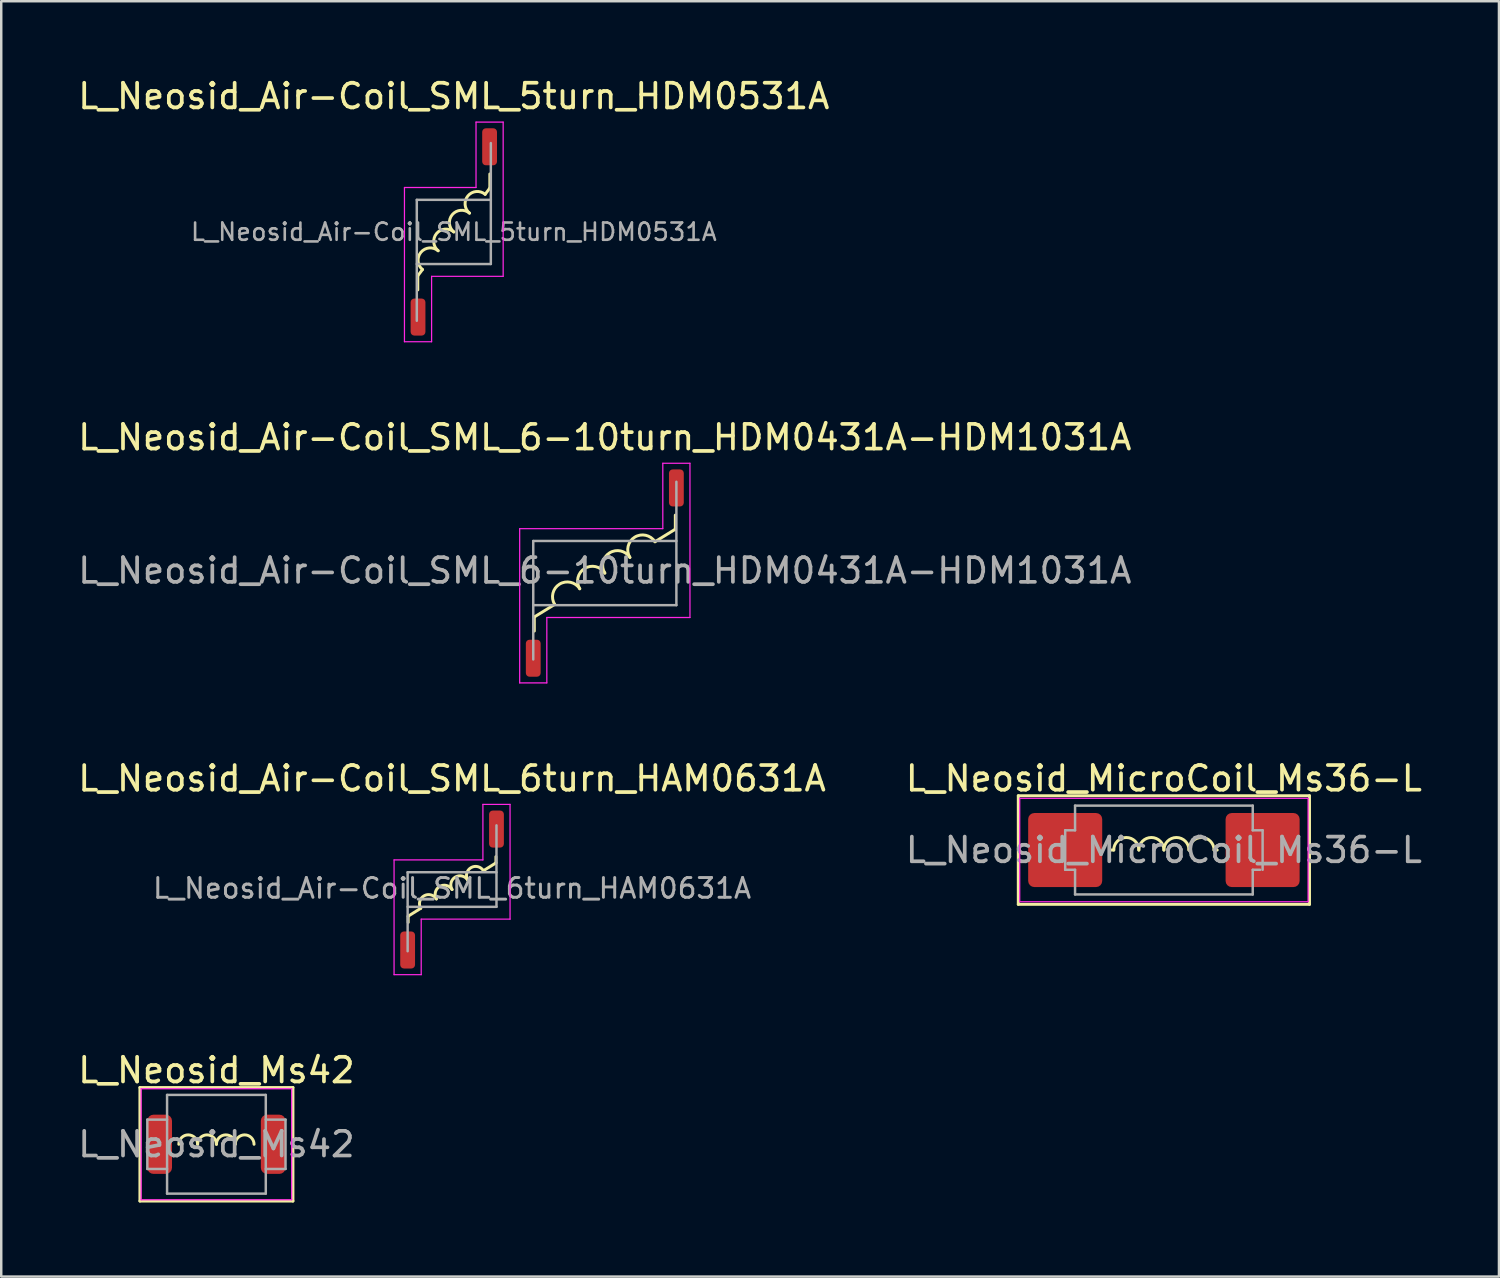
<source format=kicad_pcb>
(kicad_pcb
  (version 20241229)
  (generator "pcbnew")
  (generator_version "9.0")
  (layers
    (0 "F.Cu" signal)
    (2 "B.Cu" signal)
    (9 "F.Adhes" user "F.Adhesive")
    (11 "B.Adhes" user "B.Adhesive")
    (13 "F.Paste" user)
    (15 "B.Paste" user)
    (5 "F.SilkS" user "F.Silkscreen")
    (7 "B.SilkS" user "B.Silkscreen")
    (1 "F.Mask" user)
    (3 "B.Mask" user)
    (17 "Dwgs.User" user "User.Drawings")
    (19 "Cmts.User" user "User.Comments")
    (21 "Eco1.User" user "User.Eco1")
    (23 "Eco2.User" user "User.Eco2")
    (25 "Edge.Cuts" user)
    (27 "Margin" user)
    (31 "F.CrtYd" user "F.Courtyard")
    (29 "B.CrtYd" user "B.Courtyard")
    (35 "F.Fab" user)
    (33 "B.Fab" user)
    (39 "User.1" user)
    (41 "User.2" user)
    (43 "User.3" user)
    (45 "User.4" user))
  (footprint "L_Neosid_Ms42"
    (layer "F.Cu")
    (at 5.72 43.318)
    (property "Reference" "L_Neosid_Ms42" (at 0 -3 0) (layer "F.SilkS") (effects (font (size 1 1) (thickness 0.15))))
    (attr smd)
    (fp_line (start -3.1 -2.3) (end -3.1 2.3) (stroke (width 0.12) (type solid)) (layer "F.SilkS"))
    (fp_line (start -3.1 2.3) (end 3.1 2.3) (stroke (width 0.12) (type solid)) (layer "F.SilkS"))
    (fp_line (start 3.1 -2.3) (end -3.1 -2.3) (stroke (width 0.12) (type solid)) (layer "F.SilkS"))
    (fp_line (start 3.1 2.3) (end 3.1 -2.3) (stroke (width 0.12) (type solid)) (layer "F.SilkS"))
    (fp_arc (start -1.524 0) (mid -1.143 -0.381) (end -0.762 0) (stroke (width 0.12) (type solid)) (layer "F.SilkS"))
    (fp_arc (start -0.762 0) (mid -0.381 -0.381) (end 0 0) (stroke (width 0.12) (type solid)) (layer "F.SilkS"))
    (fp_arc (start 0 0) (mid 0.381 -0.381) (end 0.762 0) (stroke (width 0.12) (type solid)) (layer "F.SilkS"))
    (fp_arc (start 0.762 0) (mid 1.143 -0.381) (end 1.524 0) (stroke (width 0.12) (type solid)) (layer "F.SilkS"))
    (fp_line (start -3.05 -2.25) (end -3.05 2.25) (stroke (width 0.05) (type solid)) (layer "F.CrtYd"))
    (fp_line (start -3.05 -2.25) (end 3.05 -2.25) (stroke (width 0.05) (type solid)) (layer "F.CrtYd"))
    (fp_line (start 3.05 2.25) (end -3.05 2.25) (stroke (width 0.05) (type solid)) (layer "F.CrtYd"))
    (fp_line (start 3.05 2.25) (end 3.05 -2.25) (stroke (width 0.05) (type solid)) (layer "F.CrtYd"))
    (fp_line (start -2.8 -1) (end -2 -1) (stroke (width 0.1) (type solid)) (layer "F.Fab"))
    (fp_line (start -2.8 1) (end -2.8 -1) (stroke (width 0.1) (type solid)) (layer "F.Fab"))
    (fp_line (start -2 -2) (end 2 -2) (stroke (width 0.1) (type solid)) (layer "F.Fab"))
    (fp_line (start -2 1) (end -2.8 1) (stroke (width 0.1) (type solid)) (layer "F.Fab"))
    (fp_line (start -2 2) (end -2 -2) (stroke (width 0.1) (type solid)) (layer "F.Fab"))
    (fp_line (start 2 -2) (end 2 2) (stroke (width 0.1) (type solid)) (layer "F.Fab"))
    (fp_line (start 2 -1) (end 2.8 -1) (stroke (width 0.1) (type solid)) (layer "F.Fab"))
    (fp_line (start 2 2) (end -2 2) (stroke (width 0.1) (type solid)) (layer "F.Fab"))
    (fp_line (start 2.8 -1) (end 2.8 1) (stroke (width 0.1) (type solid)) (layer "F.Fab"))
    (fp_line (start 2.8 1) (end 2 1) (stroke (width 0.1) (type solid)) (layer "F.Fab"))
    (fp_text user "${REFERENCE}" (at 0 0 0) (layer "F.Fab") (effects (font (size 1 1) (thickness 0.15))))
    (pad "1" smd roundrect (at -2.3 0) (size 1 2.4) (layers "F.Cu" "F.Mask" "F.Paste") (roundrect_rratio 0.25))
    (pad "2" smd roundrect (at 2.3 0) (size 1 2.4) (layers "F.Cu" "F.Mask" "F.Paste") (roundrect_rratio 0.25)))
  (footprint "L_Neosid_MicroCoil_Ms36-L"
    (layer "F.Cu")
    (at 44.113 31.395)
    (property "Reference" "L_Neosid_MicroCoil_Ms36-L" (at 0 -2.9 0) (layer "F.SilkS") (effects (font (size 1 1) (thickness 0.15))))
    (attr smd)
    (fp_line (start -5.9 -2.2) (end -5.9 2.2) (stroke (width 0.12) (type solid)) (layer "F.SilkS"))
    (fp_line (start -5.9 2.2) (end 5.9 2.2) (stroke (width 0.12) (type solid)) (layer "F.SilkS"))
    (fp_line (start -2.032 0) (end -2.159 0) (stroke (width 0.12) (type solid)) (layer "F.SilkS"))
    (fp_line (start 2.032 0) (end 2.159 0) (stroke (width 0.12) (type solid)) (layer "F.SilkS"))
    (fp_line (start 5.9 -2.2) (end -5.9 -2.2) (stroke (width 0.12) (type solid)) (layer "F.SilkS"))
    (fp_line (start 5.9 2.2) (end 5.9 -2.2) (stroke (width 0.12) (type solid)) (layer "F.SilkS"))
    (fp_arc (start -2.032 0) (mid -1.524 -0.508) (end -1.016 0) (stroke (width 0.12) (type solid)) (layer "F.SilkS"))
    (fp_arc (start -1.016 0) (mid -0.508 -0.508) (end 0 0) (stroke (width 0.12) (type solid)) (layer "F.SilkS"))
    (fp_arc (start 0 0) (mid 0.508 -0.508) (end 1.016 0) (stroke (width 0.12) (type solid)) (layer "F.SilkS"))
    (fp_arc (start 1.016 0) (mid 1.524 -0.508) (end 2.032 0) (stroke (width 0.12) (type solid)) (layer "F.SilkS"))
    (fp_line (start -5.842 -2.095) (end -5.842 2.095) (stroke (width 0.05) (type solid)) (layer "F.CrtYd"))
    (fp_line (start -5.842 -2.095) (end 5.842 -2.095) (stroke (width 0.05) (type solid)) (layer "F.CrtYd"))
    (fp_line (start 5.842 2.095) (end -5.842 2.095) (stroke (width 0.05) (type solid)) (layer "F.CrtYd"))
    (fp_line (start 5.842 2.095) (end 5.842 -2.095) (stroke (width 0.05) (type solid)) (layer "F.CrtYd"))
    (fp_line (start -4 -0.8) (end -3.6 -0.8) (stroke (width 0.1) (type solid)) (layer "F.Fab"))
    (fp_line (start -4 0.8) (end -4 -0.8) (stroke (width 0.1) (type solid)) (layer "F.Fab"))
    (fp_line (start -4 0.8) (end -3.6 0.8) (stroke (width 0.1) (type solid)) (layer "F.Fab"))
    (fp_line (start -3.6 -1.8) (end 3.6 -1.8) (stroke (width 0.1) (type solid)) (layer "F.Fab"))
    (fp_line (start -3.6 -0.8) (end -3.6 -1.8) (stroke (width 0.1) (type solid)) (layer "F.Fab"))
    (fp_line (start -3.6 1.8) (end -3.6 0.8) (stroke (width 0.1) (type solid)) (layer "F.Fab"))
    (fp_line (start 3.6 -0.8) (end 3.6 -1.8) (stroke (width 0.1) (type solid)) (layer "F.Fab"))
    (fp_line (start 3.6 0.8) (end 3.9 0.8) (stroke (width 0.1) (type solid)) (layer "F.Fab"))
    (fp_line (start 3.6 1.8) (end -3.6 1.8) (stroke (width 0.1) (type solid)) (layer "F.Fab"))
    (fp_line (start 3.6 1.8) (end 3.6 0.8) (stroke (width 0.1) (type solid)) (layer "F.Fab"))
    (fp_line (start 4 -0.8) (end 3.6 -0.8) (stroke (width 0.1) (type solid)) (layer "F.Fab"))
    (fp_line (start 4 -0.8) (end 4 0.8) (stroke (width 0.1) (type solid)) (layer "F.Fab"))
    (fp_text user "${REFERENCE}" (at 0 0 0) (layer "F.Fab") (effects (font (size 1 1) (thickness 0.15))))
    (pad "1" smd roundrect (at -4 0) (size 3 3) (layers "F.Cu" "F.Mask" "F.Paste") (roundrect_rratio 0.083))
    (pad "2" smd roundrect (at 4 0) (size 3 3) (layers "F.Cu" "F.Mask" "F.Paste") (roundrect_rratio 0.083)))
  (footprint "L_Neosid_Air-Coil_SML_5turn_HDM0531A"
    (layer "F.Cu")
    (at 15.339 6.348)
    (property "Reference" "L_Neosid_Air-Coil_SML_5turn_HDM0531A" (at 0 -5.5 0) (layer "F.SilkS") (effects (font (size 1 1) (thickness 0.15))))
    (attr smd)
    (fp_line (start -1.46 1.778) (end -1.46 2.349) (stroke (width 0.12) (type solid)) (layer "F.SilkS"))
    (fp_line (start -1.27 1.524) (end -1.46 1.778) (stroke (width 0.12) (type solid)) (layer "F.SilkS"))
    (fp_line (start 1.46 -1.778) (end 1.27 -1.524) (stroke (width 0.12) (type solid)) (layer "F.SilkS"))
    (fp_line (start 1.46 -1.778) (end 1.46 -2.349) (stroke (width 0.12) (type solid)) (layer "F.SilkS"))
    (fp_arc (start -1.269998 1.523998) (mid -1.333498 0.8255) (end -0.635 0.762) (stroke (width 0.12) (type solid)) (layer "F.SilkS"))
    (fp_arc (start -0.634998 0.761998) (mid -0.698498 0.0635) (end 0 0) (stroke (width 0.12) (type solid)) (layer "F.SilkS"))
    (fp_arc (start 0.000002 -0.000002) (mid -0.063498 -0.6985) (end 0.635 -0.762) (stroke (width 0.12) (type solid)) (layer "F.SilkS"))
    (fp_arc (start 0.635002 -0.762002) (mid 0.571502 -1.4605) (end 1.27 -1.524) (stroke (width 0.12) (type solid)) (layer "F.SilkS"))
    (fp_line (start -2 -1.8) (end -2 4.45) (stroke (width 0.05) (type solid)) (layer "F.CrtYd"))
    (fp_line (start -2 4.45) (end -0.9 4.45) (stroke (width 0.05) (type solid)) (layer "F.CrtYd"))
    (fp_line (start -0.9 1.8) (end 2 1.8) (stroke (width 0.05) (type solid)) (layer "F.CrtYd"))
    (fp_line (start -0.9 4.45) (end -0.9 1.8) (stroke (width 0.05) (type solid)) (layer "F.CrtYd"))
    (fp_line (start 0.9 -4.45) (end 0.9 -1.8) (stroke (width 0.05) (type solid)) (layer "F.CrtYd"))
    (fp_line (start 0.9 -1.8) (end -2 -1.8) (stroke (width 0.05) (type solid)) (layer "F.CrtYd"))
    (fp_line (start 2 -4.45) (end 0.9 -4.45) (stroke (width 0.05) (type solid)) (layer "F.CrtYd"))
    (fp_line (start 2 1.8) (end 2 -4.45) (stroke (width 0.05) (type solid)) (layer "F.CrtYd"))
    (fp_line (start -1.5 -1.3) (end 1.5 -1.3) (stroke (width 0.1) (type solid)) (layer "F.Fab"))
    (fp_line (start -1.5 3.6) (end -1.5 -1.3) (stroke (width 0.1) (type solid)) (layer "F.Fab"))
    (fp_line (start 1.5 1.3) (end -1.5 1.3) (stroke (width 0.1) (type solid)) (layer "F.Fab"))
    (fp_line (start 1.5 1.3) (end 1.5 -3.6) (stroke (width 0.1) (type solid)) (layer "F.Fab"))
    (fp_text user "${REFERENCE}" (at 0 0 0) (layer "F.Fab") (effects (font (size 0.7 0.7) (thickness 0.105))))
    (pad "1" smd roundrect (at -1.45 3.45) (size 0.6 1.5) (layers "F.Cu" "F.Mask" "F.Paste") (roundrect_rratio 0.25))
    (pad "2" smd roundrect (at 1.45 -3.45) (size 0.6 1.5) (layers "F.Cu" "F.Mask" "F.Paste") (roundrect_rratio 0.25)))
  (footprint "L_Neosid_Air-Coil_SML_6-10turn_HDM0431A-HDM1031A"
    (layer "F.Cu")
    (at 21.458 20.172)
    (property "Reference" "L_Neosid_Air-Coil_SML_6-10turn_HDM0431A-HDM1031A" (at 0 -5.5 0) (layer "F.SilkS") (effects (font (size 1 1) (thickness 0.15))))
    (attr smd)
    (fp_line (start -2.857 1.778) (end -2.857 2.349) (stroke (width 0.12) (type solid)) (layer "F.SilkS"))
    (fp_line (start -2.857 1.778) (end -2.032 1.27) (stroke (width 0.12) (type solid)) (layer "F.SilkS"))
    (fp_line (start 2.857 -1.778) (end 2.032 -1.27) (stroke (width 0.12) (type solid)) (layer "F.SilkS"))
    (fp_line (start 2.857 -1.778) (end 2.857 -2.349) (stroke (width 0.12) (type solid)) (layer "F.SilkS"))
    (fp_arc (start -2.031998 1.269998) (mid -1.841498 0.4445) (end -1.016 0.635) (stroke (width 0.12) (type solid)) (layer "F.SilkS"))
    (fp_arc (start -1.015998 0.634998) (mid -0.825498 -0.1905) (end 0 0) (stroke (width 0.12) (type solid)) (layer "F.SilkS"))
    (fp_arc (start 0.000002 -0.000002) (mid 0.190502 -0.8255) (end 1.016 -0.635) (stroke (width 0.12) (type solid)) (layer "F.SilkS"))
    (fp_arc (start 1.016002 -0.635002) (mid 1.206502 -1.4605) (end 2.032 -1.27) (stroke (width 0.12) (type solid)) (layer "F.SilkS"))
    (fp_line (start -3.45 -1.8) (end -3.45 4.45) (stroke (width 0.05) (type solid)) (layer "F.CrtYd"))
    (fp_line (start -3.45 4.45) (end -2.35 4.45) (stroke (width 0.05) (type solid)) (layer "F.CrtYd"))
    (fp_line (start -2.35 1.8) (end 3.45 1.8) (stroke (width 0.05) (type solid)) (layer "F.CrtYd"))
    (fp_line (start -2.35 4.45) (end -2.35 1.8) (stroke (width 0.05) (type solid)) (layer "F.CrtYd"))
    (fp_line (start 2.35 -4.45) (end 2.35 -1.8) (stroke (width 0.05) (type solid)) (layer "F.CrtYd"))
    (fp_line (start 2.35 -1.8) (end -3.45 -1.8) (stroke (width 0.05) (type solid)) (layer "F.CrtYd"))
    (fp_line (start 3.45 -4.45) (end 2.35 -4.45) (stroke (width 0.05) (type solid)) (layer "F.CrtYd"))
    (fp_line (start 3.45 1.8) (end 3.45 -4.45) (stroke (width 0.05) (type solid)) (layer "F.CrtYd"))
    (fp_line (start -2.9 -1.3) (end 2.9 -1.3) (stroke (width 0.1) (type solid)) (layer "F.Fab"))
    (fp_line (start -2.9 3.5) (end -2.9 -1.3) (stroke (width 0.1) (type solid)) (layer "F.Fab"))
    (fp_line (start 2.9 1.3) (end -2.9 1.3) (stroke (width 0.1) (type solid)) (layer "F.Fab"))
    (fp_line (start 2.9 1.3) (end 2.9 -3.7) (stroke (width 0.1) (type solid)) (layer "F.Fab"))
    (fp_text user "${REFERENCE}" (at 0 -0.1 0) (layer "F.Fab") (effects (font (size 1 1) (thickness 0.15))))
    (pad "1" smd roundrect (at -2.9 3.45) (size 0.6 1.5) (layers "F.Cu" "F.Mask" "F.Paste") (roundrect_rratio 0.25))
    (pad "2" smd roundrect (at 2.9 -3.45) (size 0.6 1.5) (layers "F.Cu" "F.Mask" "F.Paste") (roundrect_rratio 0.25)))
  (footprint "L_Neosid_Air-Coil_SML_6turn_HAM0631A"
    (layer "F.Cu")
    (at 15.268 32.995)
    (property "Reference" "L_Neosid_Air-Coil_SML_6turn_HAM0631A" (at 0 -4.5 0) (layer "F.SilkS") (effects (font (size 1 1) (thickness 0.15))))
    (attr smd)
    (fp_line (start -1.778 1.079) (end -1.778 1.333) (stroke (width 0.12) (type solid)) (layer "F.SilkS"))
    (fp_line (start -1.778 1.079) (end -1.27 0.762) (stroke (width 0.12) (type solid)) (layer "F.SilkS"))
    (fp_line (start 1.778 -1.079) (end 1.27 -0.762) (stroke (width 0.12) (type solid)) (layer "F.SilkS"))
    (fp_line (start 1.778 -1.079) (end 1.778 -1.333) (stroke (width 0.12) (type solid)) (layer "F.SilkS"))
    (fp_arc (start -1.269998 0.761998) (mid -1.142998 0.254) (end -0.635 0.381) (stroke (width 0.12) (type solid)) (layer "F.SilkS"))
    (fp_arc (start -0.634998 0.380998) (mid -0.507998 -0.127) (end 0 0) (stroke (width 0.12) (type solid)) (layer "F.SilkS"))
    (fp_arc (start 0.000002 -0.000002) (mid 0.127002 -0.508) (end 0.635 -0.381) (stroke (width 0.12) (type solid)) (layer "F.SilkS"))
    (fp_arc (start 0.635002 -0.381002) (mid 0.762002 -0.889) (end 1.27 -0.762) (stroke (width 0.12) (type solid)) (layer "F.SilkS"))
    (fp_line (start -2.35 -1.2) (end -2.35 3.45) (stroke (width 0.05) (type solid)) (layer "F.CrtYd"))
    (fp_line (start -2.35 3.45) (end -1.25 3.45) (stroke (width 0.05) (type solid)) (layer "F.CrtYd"))
    (fp_line (start -1.25 1.2) (end 2.35 1.2) (stroke (width 0.05) (type solid)) (layer "F.CrtYd"))
    (fp_line (start -1.25 3.45) (end -1.25 1.2) (stroke (width 0.05) (type solid)) (layer "F.CrtYd"))
    (fp_line (start 1.25 -3.45) (end 1.25 -1.2) (stroke (width 0.05) (type solid)) (layer "F.CrtYd"))
    (fp_line (start 1.25 -1.2) (end -2.35 -1.2) (stroke (width 0.05) (type solid)) (layer "F.CrtYd"))
    (fp_line (start 2.35 -3.45) (end 1.25 -3.45) (stroke (width 0.05) (type solid)) (layer "F.CrtYd"))
    (fp_line (start 2.35 1.2) (end 2.35 -3.45) (stroke (width 0.05) (type solid)) (layer "F.CrtYd"))
    (fp_line (start -1.8 -0.7) (end 1.8 -0.7) (stroke (width 0.1) (type solid)) (layer "F.Fab"))
    (fp_line (start -1.8 0.7) (end 1.8 0.7) (stroke (width 0.1) (type solid)) (layer "F.Fab"))
    (fp_line (start -1.8 2.5) (end -1.8 -0.7) (stroke (width 0.1) (type solid)) (layer "F.Fab"))
    (fp_line (start 1.8 0.7) (end 1.8 -2.6) (stroke (width 0.1) (type solid)) (layer "F.Fab"))
    (fp_text user "${REFERENCE}" (at 0 -0.05 0) (layer "F.Fab") (effects (font (size 0.8 0.8) (thickness 0.12))))
    (pad "1" smd roundrect (at -1.8 2.45) (size 0.6 1.5) (layers "F.Cu" "F.Mask" "F.Paste") (roundrect_rratio 0.25))
    (pad "2" smd roundrect (at 1.8 -2.45) (size 0.6 1.5) (layers "F.Cu" "F.Mask" "F.Paste") (roundrect_rratio 0.25)))
  (gr_rect
    (start -3 -3)
    (end 57.69 48.678)
    (stroke (width 0.1) (type default))
    (fill no)
    (layer "Edge.Cuts")))
</source>
